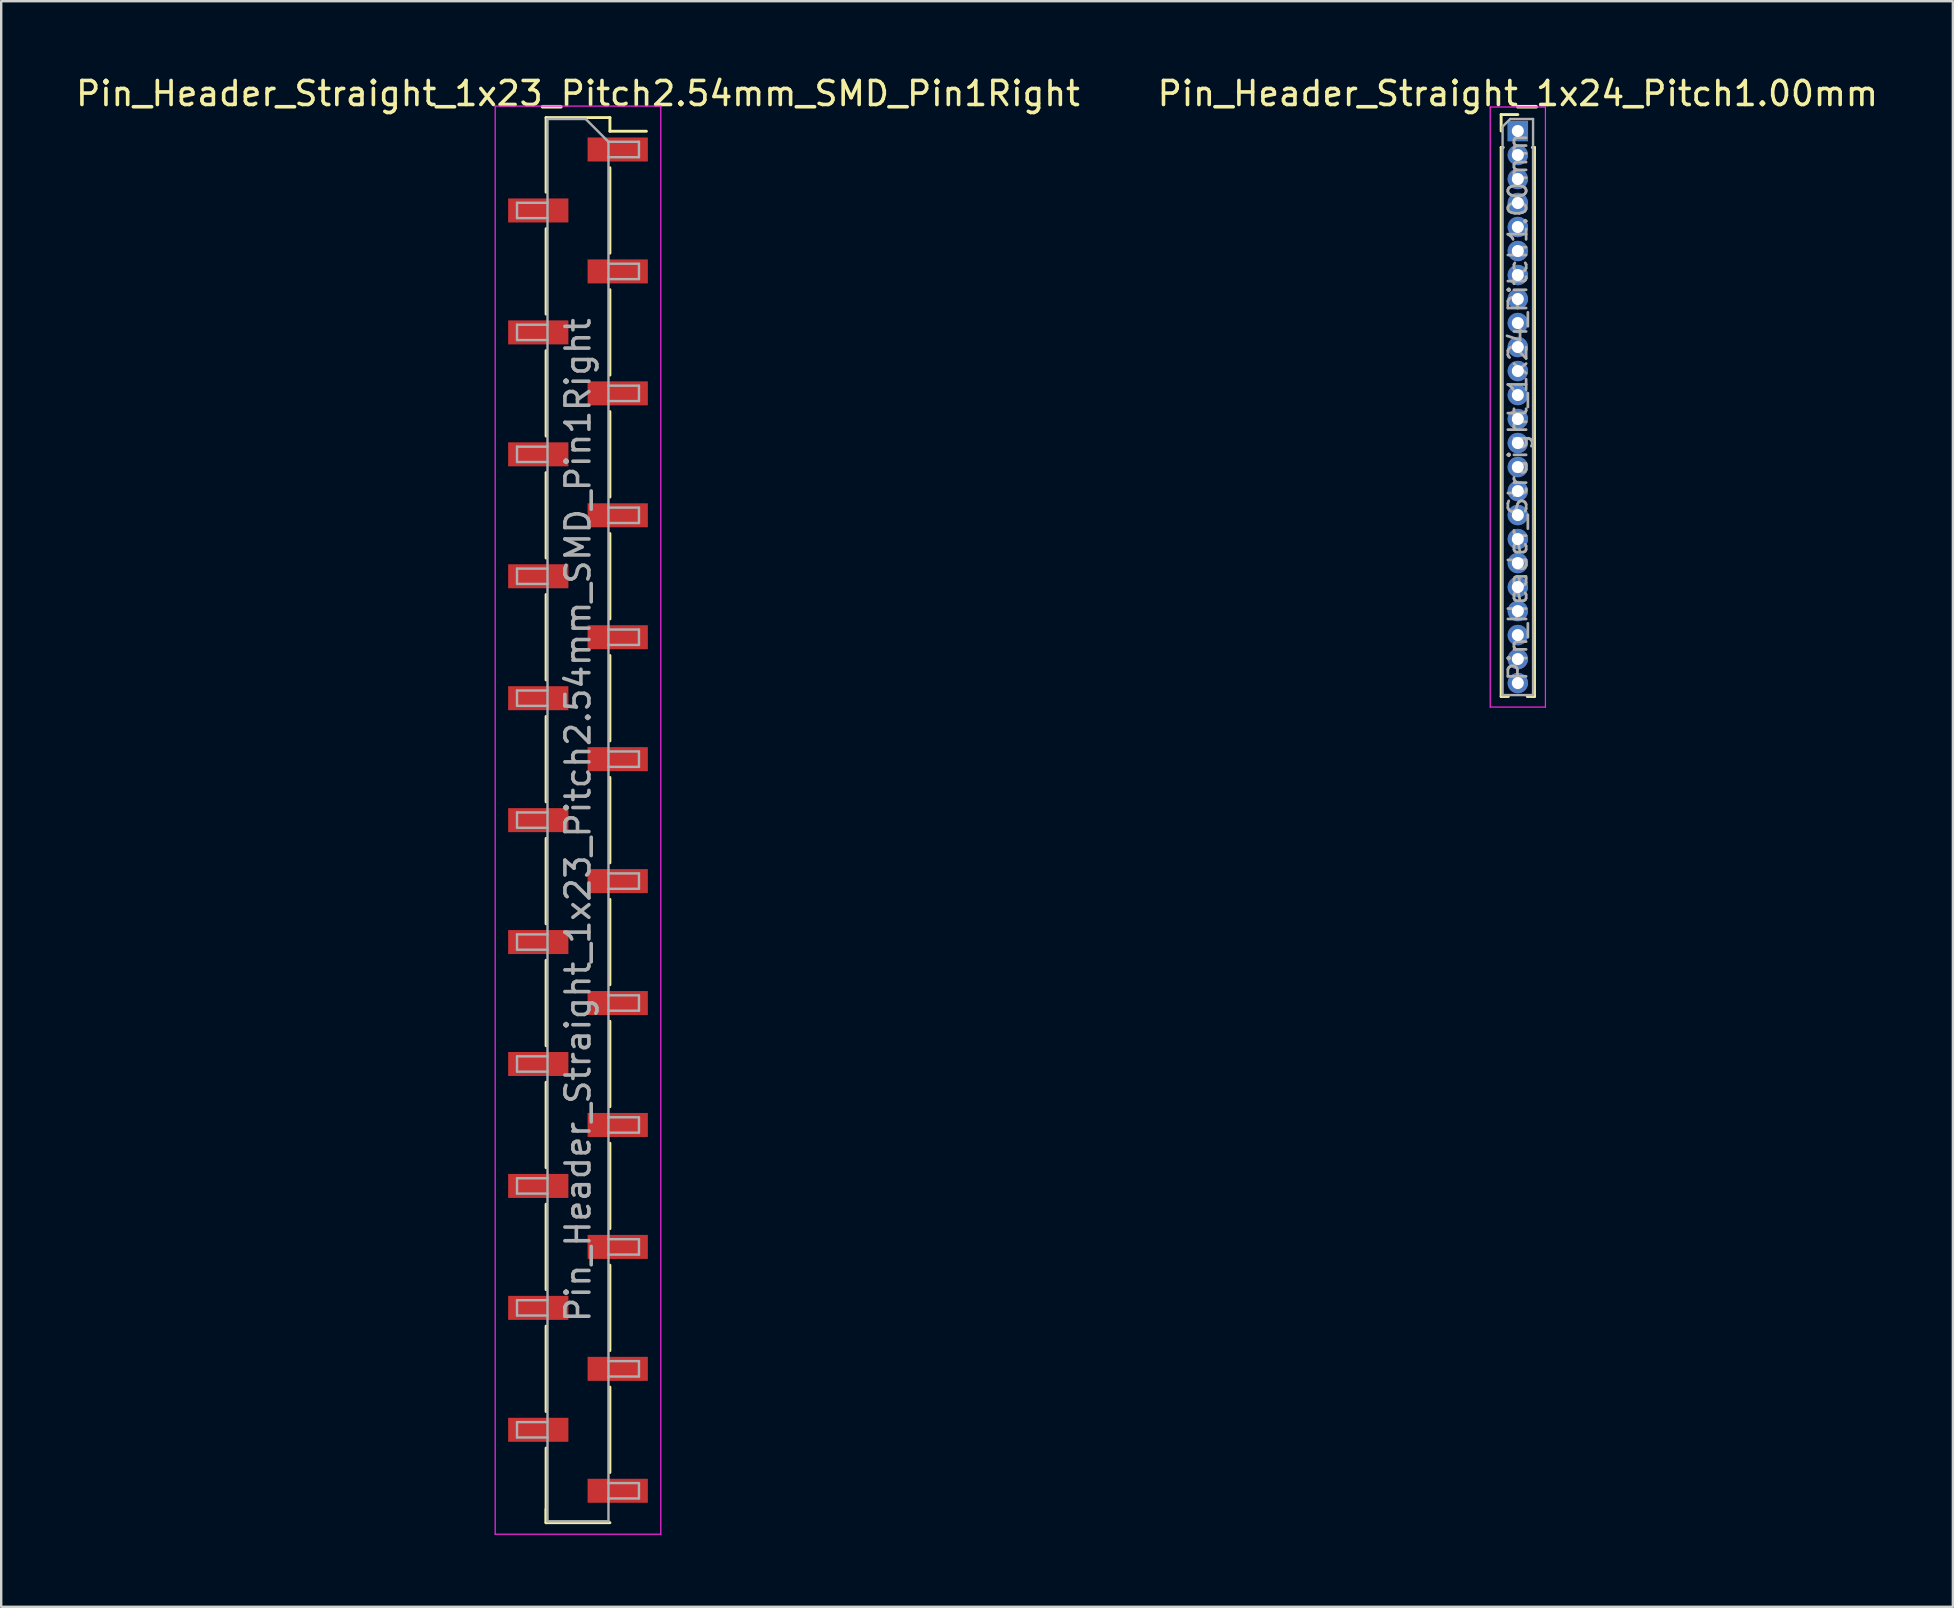
<source format=kicad_pcb>
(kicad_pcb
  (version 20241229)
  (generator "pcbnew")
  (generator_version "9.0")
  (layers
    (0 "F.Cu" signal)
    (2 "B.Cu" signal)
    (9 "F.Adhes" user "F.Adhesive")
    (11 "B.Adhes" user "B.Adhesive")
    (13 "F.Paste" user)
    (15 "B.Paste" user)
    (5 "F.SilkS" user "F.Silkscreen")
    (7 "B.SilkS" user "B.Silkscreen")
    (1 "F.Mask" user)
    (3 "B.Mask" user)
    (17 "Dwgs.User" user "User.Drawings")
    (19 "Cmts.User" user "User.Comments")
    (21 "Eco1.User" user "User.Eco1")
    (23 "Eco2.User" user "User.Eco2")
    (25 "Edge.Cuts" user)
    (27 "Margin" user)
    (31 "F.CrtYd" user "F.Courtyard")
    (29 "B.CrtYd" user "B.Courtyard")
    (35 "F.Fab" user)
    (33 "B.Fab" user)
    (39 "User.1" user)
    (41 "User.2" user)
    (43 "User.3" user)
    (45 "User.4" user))
  (footprint "Pin_Header_Straight_1x24_Pitch1.00mm"
    (layer "F.Cu")
    (at 60.185 2.408)
    (property "Reference" "Pin_Header_Straight_1x24_Pitch1.00mm" (at 0 -1.56 0) (layer "F.SilkS") (effects (font (size 1 1) (thickness 0.15))))
    (attr through_hole)
    (fp_line (start -0.695 -0.685) (end 0 -0.685) (stroke (width 0.12) (type solid)) (layer "F.SilkS"))
    (fp_line (start -0.695 0) (end -0.695 -0.685) (stroke (width 0.12) (type solid)) (layer "F.SilkS"))
    (fp_line (start -0.695 0.685) (end -0.695 23.56) (stroke (width 0.12) (type solid)) (layer "F.SilkS"))
    (fp_line (start -0.695 0.685) (end -0.608 0.685) (stroke (width 0.12) (type solid)) (layer "F.SilkS"))
    (fp_line (start -0.695 23.56) (end -0.394 23.56) (stroke (width 0.12) (type solid)) (layer "F.SilkS"))
    (fp_line (start 0.394 23.56) (end 0.695 23.56) (stroke (width 0.12) (type solid)) (layer "F.SilkS"))
    (fp_line (start 0.608 0.685) (end 0.695 0.685) (stroke (width 0.12) (type solid)) (layer "F.SilkS"))
    (fp_line (start 0.695 0.685) (end 0.695 23.56) (stroke (width 0.12) (type solid)) (layer "F.SilkS"))
    (fp_line (start -1.15 -1) (end -1.15 24) (stroke (width 0.05) (type solid)) (layer "F.CrtYd"))
    (fp_line (start -1.15 24) (end 1.15 24) (stroke (width 0.05) (type solid)) (layer "F.CrtYd"))
    (fp_line (start 1.15 -1) (end -1.15 -1) (stroke (width 0.05) (type solid)) (layer "F.CrtYd"))
    (fp_line (start 1.15 24) (end 1.15 -1) (stroke (width 0.05) (type solid)) (layer "F.CrtYd"))
    (fp_line (start -0.635 -0.182) (end -0.318 -0.5) (stroke (width 0.1) (type solid)) (layer "F.Fab"))
    (fp_line (start -0.635 23.5) (end -0.635 -0.182) (stroke (width 0.1) (type solid)) (layer "F.Fab"))
    (fp_line (start -0.318 -0.5) (end 0.635 -0.5) (stroke (width 0.1) (type solid)) (layer "F.Fab"))
    (fp_line (start 0.635 -0.5) (end 0.635 23.5) (stroke (width 0.1) (type solid)) (layer "F.Fab"))
    (fp_line (start 0.635 23.5) (end -0.635 23.5) (stroke (width 0.1) (type solid)) (layer "F.Fab"))
    (fp_text user "${REFERENCE}" (at 0 11.5 90) (layer "F.Fab") (effects (font (size 0.76 0.76) (thickness 0.114))))
    (pad "1" thru_hole rect (at 0 0) (size 0.85 0.85) (drill 0.5) (layers "*.Cu" "*.Mask"))
    (pad "2" thru_hole oval (at 0 1) (size 0.85 0.85) (drill 0.5) (layers "*.Cu" "*.Mask"))
    (pad "3" thru_hole oval (at 0 2) (size 0.85 0.85) (drill 0.5) (layers "*.Cu" "*.Mask"))
    (pad "4" thru_hole oval (at 0 3) (size 0.85 0.85) (drill 0.5) (layers "*.Cu" "*.Mask"))
    (pad "5" thru_hole oval (at 0 4) (size 0.85 0.85) (drill 0.5) (layers "*.Cu" "*.Mask"))
    (pad "6" thru_hole oval (at 0 5) (size 0.85 0.85) (drill 0.5) (layers "*.Cu" "*.Mask"))
    (pad "7" thru_hole oval (at 0 6) (size 0.85 0.85) (drill 0.5) (layers "*.Cu" "*.Mask"))
    (pad "8" thru_hole oval (at 0 7) (size 0.85 0.85) (drill 0.5) (layers "*.Cu" "*.Mask"))
    (pad "9" thru_hole oval (at 0 8) (size 0.85 0.85) (drill 0.5) (layers "*.Cu" "*.Mask"))
    (pad "10" thru_hole oval (at 0 9) (size 0.85 0.85) (drill 0.5) (layers "*.Cu" "*.Mask"))
    (pad "11" thru_hole oval (at 0 10) (size 0.85 0.85) (drill 0.5) (layers "*.Cu" "*.Mask"))
    (pad "12" thru_hole oval (at 0 11) (size 0.85 0.85) (drill 0.5) (layers "*.Cu" "*.Mask"))
    (pad "13" thru_hole oval (at 0 12) (size 0.85 0.85) (drill 0.5) (layers "*.Cu" "*.Mask"))
    (pad "14" thru_hole oval (at 0 13) (size 0.85 0.85) (drill 0.5) (layers "*.Cu" "*.Mask"))
    (pad "15" thru_hole oval (at 0 14) (size 0.85 0.85) (drill 0.5) (layers "*.Cu" "*.Mask"))
    (pad "16" thru_hole oval (at 0 15) (size 0.85 0.85) (drill 0.5) (layers "*.Cu" "*.Mask"))
    (pad "17" thru_hole oval (at 0 16) (size 0.85 0.85) (drill 0.5) (layers "*.Cu" "*.Mask"))
    (pad "18" thru_hole oval (at 0 17) (size 0.85 0.85) (drill 0.5) (layers "*.Cu" "*.Mask"))
    (pad "19" thru_hole oval (at 0 18) (size 0.85 0.85) (drill 0.5) (layers "*.Cu" "*.Mask"))
    (pad "20" thru_hole oval (at 0 19) (size 0.85 0.85) (drill 0.5) (layers "*.Cu" "*.Mask"))
    (pad "21" thru_hole oval (at 0 20) (size 0.85 0.85) (drill 0.5) (layers "*.Cu" "*.Mask"))
    (pad "22" thru_hole oval (at 0 21) (size 0.85 0.85) (drill 0.5) (layers "*.Cu" "*.Mask"))
    (pad "23" thru_hole oval (at 0 22) (size 0.85 0.85) (drill 0.5) (layers "*.Cu" "*.Mask"))
    (pad "24" thru_hole oval (at 0 23) (size 0.85 0.85) (drill 0.5) (layers "*.Cu" "*.Mask")))
  (footprint "Pin_Header_Straight_1x23_Pitch2.54mm_SMD_Pin1Right"
    (layer "F.Cu")
    (at 21.03 31.118)
    (property "Reference" "Pin_Header_Straight_1x23_Pitch2.54mm_SMD_Pin1Right" (at 0 -30.27 0) (layer "F.SilkS") (effects (font (size 1 1) (thickness 0.15))))
    (attr smd)
    (fp_line (start -1.33 -29.27) (end -1.33 -26.16) (stroke (width 0.12) (type solid)) (layer "F.SilkS"))
    (fp_line (start -1.33 -29.27) (end 1.33 -29.27) (stroke (width 0.12) (type solid)) (layer "F.SilkS"))
    (fp_line (start -1.33 -24.64) (end -1.33 -21.08) (stroke (width 0.12) (type solid)) (layer "F.SilkS"))
    (fp_line (start -1.33 -19.56) (end -1.33 -16) (stroke (width 0.12) (type solid)) (layer "F.SilkS"))
    (fp_line (start -1.33 -14.48) (end -1.33 -10.92) (stroke (width 0.12) (type solid)) (layer "F.SilkS"))
    (fp_line (start -1.33 -9.4) (end -1.33 -5.84) (stroke (width 0.12) (type solid)) (layer "F.SilkS"))
    (fp_line (start -1.33 -4.32) (end -1.33 -0.76) (stroke (width 0.12) (type solid)) (layer "F.SilkS"))
    (fp_line (start -1.33 0.76) (end -1.33 4.32) (stroke (width 0.12) (type solid)) (layer "F.SilkS"))
    (fp_line (start -1.33 5.84) (end -1.33 9.4) (stroke (width 0.12) (type solid)) (layer "F.SilkS"))
    (fp_line (start -1.33 10.92) (end -1.33 14.48) (stroke (width 0.12) (type solid)) (layer "F.SilkS"))
    (fp_line (start -1.33 16) (end -1.33 19.56) (stroke (width 0.12) (type solid)) (layer "F.SilkS"))
    (fp_line (start -1.33 21.08) (end -1.33 24.64) (stroke (width 0.12) (type solid)) (layer "F.SilkS"))
    (fp_line (start -1.33 26.16) (end -1.33 29.27) (stroke (width 0.12) (type solid)) (layer "F.SilkS"))
    (fp_line (start -1.33 28.7) (end -1.33 29.27) (stroke (width 0.12) (type solid)) (layer "F.SilkS"))
    (fp_line (start -1.33 29.27) (end 1.33 29.27) (stroke (width 0.12) (type solid)) (layer "F.SilkS"))
    (fp_line (start 1.33 -29.27) (end 1.33 -28.7) (stroke (width 0.12) (type solid)) (layer "F.SilkS"))
    (fp_line (start 1.33 -28.7) (end 2.85 -28.7) (stroke (width 0.12) (type solid)) (layer "F.SilkS"))
    (fp_line (start 1.33 -27.18) (end 1.33 -23.62) (stroke (width 0.12) (type solid)) (layer "F.SilkS"))
    (fp_line (start 1.33 -22.1) (end 1.33 -18.54) (stroke (width 0.12) (type solid)) (layer "F.SilkS"))
    (fp_line (start 1.33 -17.02) (end 1.33 -13.46) (stroke (width 0.12) (type solid)) (layer "F.SilkS"))
    (fp_line (start 1.33 -11.94) (end 1.33 -8.38) (stroke (width 0.12) (type solid)) (layer "F.SilkS"))
    (fp_line (start 1.33 -6.86) (end 1.33 -3.3) (stroke (width 0.12) (type solid)) (layer "F.SilkS"))
    (fp_line (start 1.33 -1.78) (end 1.33 1.78) (stroke (width 0.12) (type solid)) (layer "F.SilkS"))
    (fp_line (start 1.33 3.3) (end 1.33 6.86) (stroke (width 0.12) (type solid)) (layer "F.SilkS"))
    (fp_line (start 1.33 8.38) (end 1.33 11.94) (stroke (width 0.12) (type solid)) (layer "F.SilkS"))
    (fp_line (start 1.33 13.46) (end 1.33 17.02) (stroke (width 0.12) (type solid)) (layer "F.SilkS"))
    (fp_line (start 1.33 18.54) (end 1.33 22.1) (stroke (width 0.12) (type solid)) (layer "F.SilkS"))
    (fp_line (start 1.33 23.62) (end 1.33 27.18) (stroke (width 0.12) (type solid)) (layer "F.SilkS"))
    (fp_line (start -3.45 -29.75) (end -3.45 29.75) (stroke (width 0.05) (type solid)) (layer "F.CrtYd"))
    (fp_line (start -3.45 29.75) (end 3.45 29.75) (stroke (width 0.05) (type solid)) (layer "F.CrtYd"))
    (fp_line (start 3.45 -29.75) (end -3.45 -29.75) (stroke (width 0.05) (type solid)) (layer "F.CrtYd"))
    (fp_line (start 3.45 29.75) (end 3.45 -29.75) (stroke (width 0.05) (type solid)) (layer "F.CrtYd"))
    (fp_line (start -2.54 -25.72) (end -2.54 -25.08) (stroke (width 0.1) (type solid)) (layer "F.Fab"))
    (fp_line (start -2.54 -25.08) (end -1.27 -25.08) (stroke (width 0.1) (type solid)) (layer "F.Fab"))
    (fp_line (start -2.54 -20.64) (end -2.54 -20) (stroke (width 0.1) (type solid)) (layer "F.Fab"))
    (fp_line (start -2.54 -20) (end -1.27 -20) (stroke (width 0.1) (type solid)) (layer "F.Fab"))
    (fp_line (start -2.54 -15.56) (end -2.54 -14.92) (stroke (width 0.1) (type solid)) (layer "F.Fab"))
    (fp_line (start -2.54 -14.92) (end -1.27 -14.92) (stroke (width 0.1) (type solid)) (layer "F.Fab"))
    (fp_line (start -2.54 -10.48) (end -2.54 -9.84) (stroke (width 0.1) (type solid)) (layer "F.Fab"))
    (fp_line (start -2.54 -9.84) (end -1.27 -9.84) (stroke (width 0.1) (type solid)) (layer "F.Fab"))
    (fp_line (start -2.54 -5.4) (end -2.54 -4.76) (stroke (width 0.1) (type solid)) (layer "F.Fab"))
    (fp_line (start -2.54 -4.76) (end -1.27 -4.76) (stroke (width 0.1) (type solid)) (layer "F.Fab"))
    (fp_line (start -2.54 -0.32) (end -2.54 0.32) (stroke (width 0.1) (type solid)) (layer "F.Fab"))
    (fp_line (start -2.54 0.32) (end -1.27 0.32) (stroke (width 0.1) (type solid)) (layer "F.Fab"))
    (fp_line (start -2.54 4.76) (end -2.54 5.4) (stroke (width 0.1) (type solid)) (layer "F.Fab"))
    (fp_line (start -2.54 5.4) (end -1.27 5.4) (stroke (width 0.1) (type solid)) (layer "F.Fab"))
    (fp_line (start -2.54 9.84) (end -2.54 10.48) (stroke (width 0.1) (type solid)) (layer "F.Fab"))
    (fp_line (start -2.54 10.48) (end -1.27 10.48) (stroke (width 0.1) (type solid)) (layer "F.Fab"))
    (fp_line (start -2.54 14.92) (end -2.54 15.56) (stroke (width 0.1) (type solid)) (layer "F.Fab"))
    (fp_line (start -2.54 15.56) (end -1.27 15.56) (stroke (width 0.1) (type solid)) (layer "F.Fab"))
    (fp_line (start -2.54 20) (end -2.54 20.64) (stroke (width 0.1) (type solid)) (layer "F.Fab"))
    (fp_line (start -2.54 20.64) (end -1.27 20.64) (stroke (width 0.1) (type solid)) (layer "F.Fab"))
    (fp_line (start -2.54 25.08) (end -2.54 25.72) (stroke (width 0.1) (type solid)) (layer "F.Fab"))
    (fp_line (start -2.54 25.72) (end -1.27 25.72) (stroke (width 0.1) (type solid)) (layer "F.Fab"))
    (fp_line (start -1.27 -29.21) (end -1.27 29.21) (stroke (width 0.1) (type solid)) (layer "F.Fab"))
    (fp_line (start -1.27 -29.21) (end 0.32 -29.21) (stroke (width 0.1) (type solid)) (layer "F.Fab"))
    (fp_line (start -1.27 -25.72) (end -2.54 -25.72) (stroke (width 0.1) (type solid)) (layer "F.Fab"))
    (fp_line (start -1.27 -20.64) (end -2.54 -20.64) (stroke (width 0.1) (type solid)) (layer "F.Fab"))
    (fp_line (start -1.27 -15.56) (end -2.54 -15.56) (stroke (width 0.1) (type solid)) (layer "F.Fab"))
    (fp_line (start -1.27 -10.48) (end -2.54 -10.48) (stroke (width 0.1) (type solid)) (layer "F.Fab"))
    (fp_line (start -1.27 -5.4) (end -2.54 -5.4) (stroke (width 0.1) (type solid)) (layer "F.Fab"))
    (fp_line (start -1.27 -0.32) (end -2.54 -0.32) (stroke (width 0.1) (type solid)) (layer "F.Fab"))
    (fp_line (start -1.27 4.76) (end -2.54 4.76) (stroke (width 0.1) (type solid)) (layer "F.Fab"))
    (fp_line (start -1.27 9.84) (end -2.54 9.84) (stroke (width 0.1) (type solid)) (layer "F.Fab"))
    (fp_line (start -1.27 14.92) (end -2.54 14.92) (stroke (width 0.1) (type solid)) (layer "F.Fab"))
    (fp_line (start -1.27 20) (end -2.54 20) (stroke (width 0.1) (type solid)) (layer "F.Fab"))
    (fp_line (start -1.27 25.08) (end -2.54 25.08) (stroke (width 0.1) (type solid)) (layer "F.Fab"))
    (fp_line (start 1.27 -28.26) (end 0.32 -29.21) (stroke (width 0.1) (type solid)) (layer "F.Fab"))
    (fp_line (start 1.27 -28.26) (end 2.54 -28.26) (stroke (width 0.1) (type solid)) (layer "F.Fab"))
    (fp_line (start 1.27 -23.18) (end 2.54 -23.18) (stroke (width 0.1) (type solid)) (layer "F.Fab"))
    (fp_line (start 1.27 -18.1) (end 2.54 -18.1) (stroke (width 0.1) (type solid)) (layer "F.Fab"))
    (fp_line (start 1.27 -13.02) (end 2.54 -13.02) (stroke (width 0.1) (type solid)) (layer "F.Fab"))
    (fp_line (start 1.27 -7.94) (end 2.54 -7.94) (stroke (width 0.1) (type solid)) (layer "F.Fab"))
    (fp_line (start 1.27 -2.86) (end 2.54 -2.86) (stroke (width 0.1) (type solid)) (layer "F.Fab"))
    (fp_line (start 1.27 2.22) (end 2.54 2.22) (stroke (width 0.1) (type solid)) (layer "F.Fab"))
    (fp_line (start 1.27 7.3) (end 2.54 7.3) (stroke (width 0.1) (type solid)) (layer "F.Fab"))
    (fp_line (start 1.27 12.38) (end 2.54 12.38) (stroke (width 0.1) (type solid)) (layer "F.Fab"))
    (fp_line (start 1.27 17.46) (end 2.54 17.46) (stroke (width 0.1) (type solid)) (layer "F.Fab"))
    (fp_line (start 1.27 22.54) (end 2.54 22.54) (stroke (width 0.1) (type solid)) (layer "F.Fab"))
    (fp_line (start 1.27 27.62) (end 2.54 27.62) (stroke (width 0.1) (type solid)) (layer "F.Fab"))
    (fp_line (start 1.27 29.21) (end -1.27 29.21) (stroke (width 0.1) (type solid)) (layer "F.Fab"))
    (fp_line (start 1.27 29.21) (end 1.27 -28.26) (stroke (width 0.1) (type solid)) (layer "F.Fab"))
    (fp_line (start 2.54 -28.26) (end 2.54 -27.62) (stroke (width 0.1) (type solid)) (layer "F.Fab"))
    (fp_line (start 2.54 -27.62) (end 1.27 -27.62) (stroke (width 0.1) (type solid)) (layer "F.Fab"))
    (fp_line (start 2.54 -23.18) (end 2.54 -22.54) (stroke (width 0.1) (type solid)) (layer "F.Fab"))
    (fp_line (start 2.54 -22.54) (end 1.27 -22.54) (stroke (width 0.1) (type solid)) (layer "F.Fab"))
    (fp_line (start 2.54 -18.1) (end 2.54 -17.46) (stroke (width 0.1) (type solid)) (layer "F.Fab"))
    (fp_line (start 2.54 -17.46) (end 1.27 -17.46) (stroke (width 0.1) (type solid)) (layer "F.Fab"))
    (fp_line (start 2.54 -13.02) (end 2.54 -12.38) (stroke (width 0.1) (type solid)) (layer "F.Fab"))
    (fp_line (start 2.54 -12.38) (end 1.27 -12.38) (stroke (width 0.1) (type solid)) (layer "F.Fab"))
    (fp_line (start 2.54 -7.94) (end 2.54 -7.3) (stroke (width 0.1) (type solid)) (layer "F.Fab"))
    (fp_line (start 2.54 -7.3) (end 1.27 -7.3) (stroke (width 0.1) (type solid)) (layer "F.Fab"))
    (fp_line (start 2.54 -2.86) (end 2.54 -2.22) (stroke (width 0.1) (type solid)) (layer "F.Fab"))
    (fp_line (start 2.54 -2.22) (end 1.27 -2.22) (stroke (width 0.1) (type solid)) (layer "F.Fab"))
    (fp_line (start 2.54 2.22) (end 2.54 2.86) (stroke (width 0.1) (type solid)) (layer "F.Fab"))
    (fp_line (start 2.54 2.86) (end 1.27 2.86) (stroke (width 0.1) (type solid)) (layer "F.Fab"))
    (fp_line (start 2.54 7.3) (end 2.54 7.94) (stroke (width 0.1) (type solid)) (layer "F.Fab"))
    (fp_line (start 2.54 7.94) (end 1.27 7.94) (stroke (width 0.1) (type solid)) (layer "F.Fab"))
    (fp_line (start 2.54 12.38) (end 2.54 13.02) (stroke (width 0.1) (type solid)) (layer "F.Fab"))
    (fp_line (start 2.54 13.02) (end 1.27 13.02) (stroke (width 0.1) (type solid)) (layer "F.Fab"))
    (fp_line (start 2.54 17.46) (end 2.54 18.1) (stroke (width 0.1) (type solid)) (layer "F.Fab"))
    (fp_line (start 2.54 18.1) (end 1.27 18.1) (stroke (width 0.1) (type solid)) (layer "F.Fab"))
    (fp_line (start 2.54 22.54) (end 2.54 23.18) (stroke (width 0.1) (type solid)) (layer "F.Fab"))
    (fp_line (start 2.54 23.18) (end 1.27 23.18) (stroke (width 0.1) (type solid)) (layer "F.Fab"))
    (fp_line (start 2.54 27.62) (end 2.54 28.26) (stroke (width 0.1) (type solid)) (layer "F.Fab"))
    (fp_line (start 2.54 28.26) (end 1.27 28.26) (stroke (width 0.1) (type solid)) (layer "F.Fab"))
    (fp_text user "${REFERENCE}" (at 0 0 90) (layer "F.Fab") (effects (font (size 1 1) (thickness 0.15))))
    (pad "1" smd rect (at 1.655 -27.94) (size 2.51 1) (layers "F.Cu" "F.Mask" "F.Paste"))
    (pad "2" smd rect (at -1.655 -25.4) (size 2.51 1) (layers "F.Cu" "F.Mask" "F.Paste"))
    (pad "3" smd rect (at 1.655 -22.86) (size 2.51 1) (layers "F.Cu" "F.Mask" "F.Paste"))
    (pad "4" smd rect (at -1.655 -20.32) (size 2.51 1) (layers "F.Cu" "F.Mask" "F.Paste"))
    (pad "5" smd rect (at 1.655 -17.78) (size 2.51 1) (layers "F.Cu" "F.Mask" "F.Paste"))
    (pad "6" smd rect (at -1.655 -15.24) (size 2.51 1) (layers "F.Cu" "F.Mask" "F.Paste"))
    (pad "7" smd rect (at 1.655 -12.7) (size 2.51 1) (layers "F.Cu" "F.Mask" "F.Paste"))
    (pad "8" smd rect (at -1.655 -10.16) (size 2.51 1) (layers "F.Cu" "F.Mask" "F.Paste"))
    (pad "9" smd rect (at 1.655 -7.62) (size 2.51 1) (layers "F.Cu" "F.Mask" "F.Paste"))
    (pad "10" smd rect (at -1.655 -5.08) (size 2.51 1) (layers "F.Cu" "F.Mask" "F.Paste"))
    (pad "11" smd rect (at 1.655 -2.54) (size 2.51 1) (layers "F.Cu" "F.Mask" "F.Paste"))
    (pad "12" smd rect (at -1.655 0) (size 2.51 1) (layers "F.Cu" "F.Mask" "F.Paste"))
    (pad "13" smd rect (at 1.655 2.54) (size 2.51 1) (layers "F.Cu" "F.Mask" "F.Paste"))
    (pad "14" smd rect (at -1.655 5.08) (size 2.51 1) (layers "F.Cu" "F.Mask" "F.Paste"))
    (pad "15" smd rect (at 1.655 7.62) (size 2.51 1) (layers "F.Cu" "F.Mask" "F.Paste"))
    (pad "16" smd rect (at -1.655 10.16) (size 2.51 1) (layers "F.Cu" "F.Mask" "F.Paste"))
    (pad "17" smd rect (at 1.655 12.7) (size 2.51 1) (layers "F.Cu" "F.Mask" "F.Paste"))
    (pad "18" smd rect (at -1.655 15.24) (size 2.51 1) (layers "F.Cu" "F.Mask" "F.Paste"))
    (pad "19" smd rect (at 1.655 17.78) (size 2.51 1) (layers "F.Cu" "F.Mask" "F.Paste"))
    (pad "20" smd rect (at -1.655 20.32) (size 2.51 1) (layers "F.Cu" "F.Mask" "F.Paste"))
    (pad "21" smd rect (at 1.655 22.86) (size 2.51 1) (layers "F.Cu" "F.Mask" "F.Paste"))
    (pad "22" smd rect (at -1.655 25.4) (size 2.51 1) (layers "F.Cu" "F.Mask" "F.Paste"))
    (pad "23" smd rect (at 1.655 27.94) (size 2.51 1) (layers "F.Cu" "F.Mask" "F.Paste")))
  (gr_rect
    (start -3 -3)
    (end 78.31 63.893)
    (stroke (width 0.1) (type default))
    (fill no)
    (layer "Edge.Cuts")))
</source>
